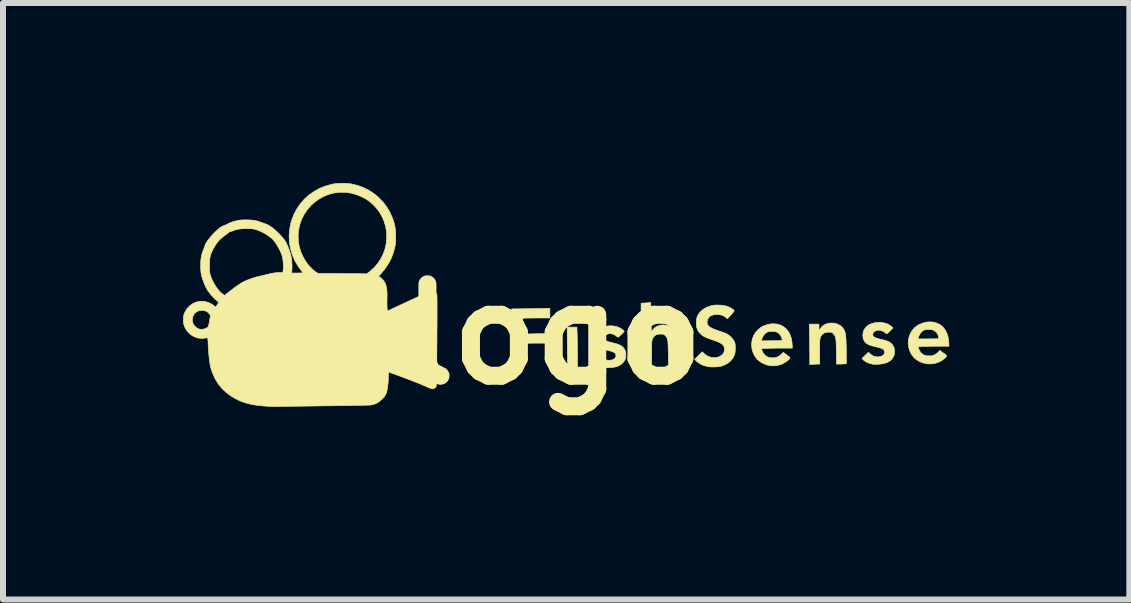
<source format=kicad_pcb>
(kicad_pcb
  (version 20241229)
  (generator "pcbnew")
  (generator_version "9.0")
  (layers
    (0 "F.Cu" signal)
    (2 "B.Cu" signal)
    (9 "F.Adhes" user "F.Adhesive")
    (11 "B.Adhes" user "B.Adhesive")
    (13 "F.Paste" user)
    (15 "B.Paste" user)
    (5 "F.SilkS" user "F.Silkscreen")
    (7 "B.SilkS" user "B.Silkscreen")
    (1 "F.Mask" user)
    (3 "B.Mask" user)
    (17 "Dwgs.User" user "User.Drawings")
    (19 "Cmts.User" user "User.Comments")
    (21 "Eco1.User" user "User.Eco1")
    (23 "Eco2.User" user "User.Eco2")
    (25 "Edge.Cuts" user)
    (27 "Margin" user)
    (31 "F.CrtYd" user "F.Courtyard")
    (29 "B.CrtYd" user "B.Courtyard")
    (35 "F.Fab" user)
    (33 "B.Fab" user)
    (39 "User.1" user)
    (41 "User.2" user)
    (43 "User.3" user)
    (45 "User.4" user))
  (footprint "logo"
    (layer "F.Cu")
    (at 6.177 2.522)
    (property "Reference" "logo" (at 0 0 0) (layer "F.SilkS") (effects (font (size 1.524 1.524) (thickness 0.3))))
    (attr through_hole)
    (fp_poly (pts (xy 0.34 -0.442) (xy 0.354 -0.436) (xy 0.361 -0.431) (xy 0.387 -0.41) (xy 0.402 -0.387) (xy 0.408 -0.36) (xy 0.408 -0.35) (xy 0.402 -0.314) (xy 0.387 -0.286) (xy 0.362 -0.265) (xy 0.327 -0.253) (xy 0.313 -0.25) (xy 0.282 -0.251) (xy 0.257 -0.259) (xy 0.227 -0.279) (xy 0.208 -0.305) (xy 0.199 -0.336) (xy 0.201 -0.368) (xy 0.209 -0.389) (xy 0.225 -0.414) (xy 0.245 -0.431) (xy 0.271 -0.44) (xy 0.298 -0.443) (xy 0.323 -0.444) (xy 0.34 -0.442)) (stroke (width 0.01) (type solid)) (fill yes) (layer "F.SilkS"))
    (fp_poly (pts (xy 0.39 -0.024) (xy 0.391 0.006) (xy 0.392 0.046) (xy 0.393 0.094) (xy 0.394 0.148) (xy 0.394 0.206) (xy 0.395 0.265) (xy 0.395 0.31) (xy 0.397 0.546) (xy 0.355 0.546) (xy 0.325 0.547) (xy 0.293 0.549) (xy 0.275 0.55) (xy 0.236 0.554) (xy 0.233 0.501) (xy 0.232 0.483) (xy 0.231 0.455) (xy 0.23 0.416) (xy 0.229 0.37) (xy 0.228 0.318) (xy 0.228 0.261) (xy 0.227 0.201) (xy 0.227 0.164) (xy 0.224 -0.121) (xy 0.386 -0.121) (xy 0.39 -0.024)) (stroke (width 0.01) (type solid)) (fill yes) (layer "F.SilkS"))
    (fp_poly (pts (xy -0.064 -0.273) (xy -0.287 -0.273) (xy -0.34 -0.273) (xy -0.388 -0.272) (xy -0.431 -0.272) (xy -0.467 -0.271) (xy -0.495 -0.27) (xy -0.513 -0.269) (xy -0.519 -0.268) (xy -0.522 -0.263) (xy -0.524 -0.253) (xy -0.525 -0.237) (xy -0.525 -0.211) (xy -0.524 -0.176) (xy -0.523 -0.134) (xy -0.519 -0.005) (xy -0.306 -0.01) (xy -0.248 -0.011) (xy -0.2 -0.012) (xy -0.163 -0.012) (xy -0.135 -0.012) (xy -0.115 -0.012) (xy -0.101 -0.01) (xy -0.093 -0.009) (xy -0.089 -0.006) (xy -0.088 -0.006) (xy -0.086 0.004) (xy -0.084 0.023) (xy -0.083 0.05) (xy -0.083 0.075) (xy -0.083 0.146) (xy -0.282 0.146) (xy -0.332 0.146) (xy -0.379 0.147) (xy -0.42 0.147) (xy -0.455 0.148) (xy -0.482 0.149) (xy -0.498 0.15) (xy -0.502 0.15) (xy -0.522 0.154) (xy -0.517 0.357) (xy -0.513 0.559) (xy -0.57 0.559) (xy -0.6 0.559) (xy -0.628 0.56) (xy -0.651 0.562) (xy -0.656 0.563) (xy -0.685 0.567) (xy -0.688 0.52) (xy -0.689 0.506) (xy -0.69 0.48) (xy -0.69 0.444) (xy -0.691 0.399) (xy -0.692 0.345) (xy -0.693 0.285) (xy -0.694 0.219) (xy -0.695 0.148) (xy -0.695 0.074) (xy -0.696 0.024) (xy -0.7 -0.425) (xy -0.602 -0.425) (xy -0.571 -0.426) (xy -0.53 -0.426) (xy -0.481 -0.427) (xy -0.427 -0.427) (xy -0.369 -0.428) (xy -0.312 -0.429) (xy -0.284 -0.43) (xy -0.064 -0.434) (xy -0.064 -0.273)) (stroke (width 0.01) (type solid)) (fill yes) (layer "F.SilkS"))
    (fp_poly (pts (xy 4.669 -0.187) (xy 4.723 -0.174) (xy 4.772 -0.149) (xy 4.773 -0.148) (xy 4.803 -0.124) (xy 4.827 -0.096) (xy 4.846 -0.06) (xy 4.852 -0.044) (xy 4.859 -0.021) (xy 4.864 0.012) (xy 4.869 0.056) (xy 4.872 0.111) (xy 4.874 0.178) (xy 4.876 0.256) (xy 4.876 0.34) (xy 4.877 0.487) (xy 4.853 0.491) (xy 4.836 0.493) (xy 4.81 0.494) (xy 4.781 0.495) (xy 4.771 0.495) (xy 4.713 0.495) (xy 4.71 0.291) (xy 4.709 0.227) (xy 4.707 0.174) (xy 4.706 0.132) (xy 4.703 0.097) (xy 4.7 0.07) (xy 4.695 0.049) (xy 4.689 0.032) (xy 4.682 0.017) (xy 4.672 0.004) (xy 4.661 -0.009) (xy 4.648 -0.022) (xy 4.637 -0.03) (xy 4.624 -0.034) (xy 4.605 -0.036) (xy 4.589 -0.037) (xy 4.545 -0.035) (xy 4.509 -0.024) (xy 4.48 -0.004) (xy 4.463 0.015) (xy 4.455 0.027) (xy 4.448 0.04) (xy 4.443 0.054) (xy 4.438 0.07) (xy 4.435 0.092) (xy 4.433 0.119) (xy 4.432 0.153) (xy 4.432 0.196) (xy 4.432 0.25) (xy 4.432 0.294) (xy 4.433 0.495) (xy 4.393 0.495) (xy 4.364 0.496) (xy 4.331 0.498) (xy 4.31 0.499) (xy 4.267 0.503) (xy 4.267 0.415) (xy 4.267 0.388) (xy 4.267 0.35) (xy 4.266 0.304) (xy 4.266 0.251) (xy 4.265 0.194) (xy 4.264 0.135) (xy 4.263 0.077) (xy 4.259 -0.171) (xy 4.42 -0.171) (xy 4.42 -0.061) (xy 4.438 -0.089) (xy 4.47 -0.13) (xy 4.509 -0.16) (xy 4.554 -0.179) (xy 4.607 -0.189) (xy 4.609 -0.189) (xy 4.669 -0.187)) (stroke (width 0.01) (type solid)) (fill yes) (layer "F.SilkS"))
    (fp_poly (pts (xy 3.729 -0.17) (xy 3.784 -0.153) (xy 3.834 -0.126) (xy 3.877 -0.089) (xy 3.913 -0.043) (xy 3.926 -0.022) (xy 3.946 0.025) (xy 3.961 0.073) (xy 3.97 0.127) (xy 3.973 0.166) (xy 3.977 0.229) (xy 3.828 0.229) (xy 3.778 0.229) (xy 3.723 0.229) (xy 3.669 0.23) (xy 3.618 0.231) (xy 3.576 0.233) (xy 3.571 0.233) (xy 3.463 0.237) (xy 3.467 0.257) (xy 3.484 0.301) (xy 3.511 0.339) (xy 3.546 0.367) (xy 3.561 0.375) (xy 3.581 0.383) (xy 3.602 0.388) (xy 3.629 0.39) (xy 3.645 0.39) (xy 3.674 0.39) (xy 3.695 0.387) (xy 3.714 0.382) (xy 3.734 0.373) (xy 3.735 0.373) (xy 3.76 0.358) (xy 3.785 0.339) (xy 3.798 0.327) (xy 3.825 0.299) (xy 3.873 0.335) (xy 3.902 0.356) (xy 3.922 0.371) (xy 3.934 0.383) (xy 3.937 0.392) (xy 3.934 0.401) (xy 3.924 0.412) (xy 3.909 0.427) (xy 3.907 0.428) (xy 3.861 0.465) (xy 3.807 0.494) (xy 3.747 0.513) (xy 3.684 0.523) (xy 3.62 0.523) (xy 3.607 0.521) (xy 3.546 0.508) (xy 3.489 0.485) (xy 3.438 0.455) (xy 3.394 0.419) (xy 3.386 0.41) (xy 3.348 0.358) (xy 3.321 0.302) (xy 3.304 0.243) (xy 3.298 0.184) (xy 3.301 0.124) (xy 3.304 0.108) (xy 3.46 0.108) (xy 3.634 0.106) (xy 3.807 0.105) (xy 3.805 0.083) (xy 3.795 0.044) (xy 3.775 0.009) (xy 3.747 -0.02) (xy 3.713 -0.04) (xy 3.709 -0.041) (xy 3.681 -0.047) (xy 3.647 -0.05) (xy 3.611 -0.05) (xy 3.579 -0.045) (xy 3.573 -0.044) (xy 3.542 -0.029) (xy 3.514 -0.004) (xy 3.49 0.029) (xy 3.472 0.067) (xy 3.465 0.091) (xy 3.46 0.108) (xy 3.304 0.108) (xy 3.314 0.066) (xy 3.336 0.011) (xy 3.368 -0.039) (xy 3.408 -0.083) (xy 3.457 -0.12) (xy 3.482 -0.134) (xy 3.546 -0.159) (xy 3.609 -0.174) (xy 3.671 -0.177) (xy 3.729 -0.17)) (stroke (width 0.01) (type solid)) (fill yes) (layer "F.SilkS"))
    (fp_poly (pts (xy 6.339 -0.202) (xy 6.394 -0.185) (xy 6.444 -0.158) (xy 6.487 -0.121) (xy 6.523 -0.075) (xy 6.535 -0.053) (xy 6.556 -0.007) (xy 6.571 0.041) (xy 6.58 0.095) (xy 6.583 0.134) (xy 6.587 0.197) (xy 6.438 0.197) (xy 6.387 0.197) (xy 6.333 0.198) (xy 6.278 0.198) (xy 6.228 0.2) (xy 6.186 0.201) (xy 6.181 0.201) (xy 6.072 0.205) (xy 6.077 0.225) (xy 6.094 0.27) (xy 6.12 0.307) (xy 6.156 0.336) (xy 6.171 0.344) (xy 6.191 0.351) (xy 6.212 0.356) (xy 6.239 0.358) (xy 6.255 0.358) (xy 6.284 0.358) (xy 6.305 0.356) (xy 6.324 0.35) (xy 6.344 0.342) (xy 6.345 0.341) (xy 6.37 0.326) (xy 6.395 0.307) (xy 6.408 0.296) (xy 6.435 0.268) (xy 6.483 0.303) (xy 6.512 0.324) (xy 6.532 0.339) (xy 6.543 0.351) (xy 6.547 0.36) (xy 6.544 0.369) (xy 6.534 0.38) (xy 6.518 0.395) (xy 6.517 0.397) (xy 6.471 0.433) (xy 6.416 0.462) (xy 6.357 0.482) (xy 6.294 0.492) (xy 6.23 0.491) (xy 6.216 0.489) (xy 6.156 0.476) (xy 6.099 0.454) (xy 6.047 0.424) (xy 6.004 0.387) (xy 5.996 0.378) (xy 5.958 0.326) (xy 5.931 0.27) (xy 5.914 0.212) (xy 5.907 0.152) (xy 5.911 0.092) (xy 5.914 0.076) (xy 6.07 0.076) (xy 6.243 0.075) (xy 6.417 0.073) (xy 6.415 0.051) (xy 6.405 0.012) (xy 6.385 -0.023) (xy 6.357 -0.052) (xy 6.323 -0.071) (xy 6.319 -0.073) (xy 6.291 -0.079) (xy 6.256 -0.082) (xy 6.22 -0.081) (xy 6.189 -0.077) (xy 6.183 -0.076) (xy 6.152 -0.061) (xy 6.124 -0.036) (xy 6.1 -0.003) (xy 6.081 0.035) (xy 6.074 0.059) (xy 6.07 0.076) (xy 5.914 0.076) (xy 5.924 0.034) (xy 5.946 -0.021) (xy 5.978 -0.071) (xy 6.018 -0.115) (xy 6.067 -0.152) (xy 6.092 -0.165) (xy 6.156 -0.191) (xy 6.219 -0.205) (xy 6.28 -0.209) (xy 6.339 -0.202)) (stroke (width 0.01) (type solid)) (fill yes) (layer "F.SilkS"))
    (fp_poly (pts (xy 1.621 -0.38) (xy 1.623 -0.331) (xy 1.624 -0.279) (xy 1.625 -0.228) (xy 1.625 -0.182) (xy 1.626 -0.144) (xy 1.626 -0.137) (xy 1.626 -0.043) (xy 1.644 -0.068) (xy 1.678 -0.106) (xy 1.717 -0.133) (xy 1.763 -0.15) (xy 1.81 -0.157) (xy 1.868 -0.155) (xy 1.923 -0.142) (xy 1.972 -0.117) (xy 1.973 -0.116) (xy 2.003 -0.093) (xy 2.026 -0.064) (xy 2.046 -0.028) (xy 2.052 -0.012) (xy 2.059 0.011) (xy 2.064 0.044) (xy 2.068 0.088) (xy 2.072 0.143) (xy 2.074 0.21) (xy 2.076 0.288) (xy 2.076 0.372) (xy 2.076 0.519) (xy 2.053 0.523) (xy 2.035 0.525) (xy 2.01 0.526) (xy 1.981 0.527) (xy 1.971 0.527) (xy 1.913 0.527) (xy 1.91 0.322) (xy 1.908 0.258) (xy 1.907 0.206) (xy 1.905 0.163) (xy 1.903 0.129) (xy 1.899 0.102) (xy 1.895 0.081) (xy 1.889 0.063) (xy 1.881 0.049) (xy 1.872 0.036) (xy 1.861 0.023) (xy 1.848 0.01) (xy 1.837 0.002) (xy 1.824 -0.002) (xy 1.805 -0.004) (xy 1.788 -0.005) (xy 1.744 -0.003) (xy 1.708 0.007) (xy 1.679 0.028) (xy 1.663 0.046) (xy 1.655 0.059) (xy 1.648 0.071) (xy 1.642 0.085) (xy 1.638 0.102) (xy 1.635 0.123) (xy 1.633 0.151) (xy 1.632 0.185) (xy 1.631 0.228) (xy 1.631 0.281) (xy 1.632 0.325) (xy 1.632 0.527) (xy 1.593 0.527) (xy 1.563 0.528) (xy 1.53 0.53) (xy 1.51 0.531) (xy 1.467 0.535) (xy 1.467 0.444) (xy 1.467 0.422) (xy 1.466 0.388) (xy 1.466 0.344) (xy 1.465 0.292) (xy 1.465 0.233) (xy 1.464 0.167) (xy 1.463 0.097) (xy 1.462 0.023) (xy 1.461 -0.053) (xy 1.46 -0.082) (xy 1.459 -0.155) (xy 1.458 -0.224) (xy 1.458 -0.289) (xy 1.457 -0.347) (xy 1.456 -0.399) (xy 1.456 -0.443) (xy 1.456 -0.477) (xy 1.456 -0.502) (xy 1.456 -0.516) (xy 1.456 -0.518) (xy 1.462 -0.519) (xy 1.479 -0.521) (xy 1.504 -0.522) (xy 1.534 -0.524) (xy 1.537 -0.524) (xy 1.617 -0.529) (xy 1.621 -0.38)) (stroke (width 0.01) (type solid)) (fill yes) (layer "F.SilkS"))
    (fp_poly (pts (xy 0.997 -0.14) (xy 1.056 -0.127) (xy 1.076 -0.12) (xy 1.096 -0.111) (xy 1.119 -0.098) (xy 1.141 -0.083) (xy 1.159 -0.069) (xy 1.171 -0.057) (xy 1.175 -0.051) (xy 1.17 -0.044) (xy 1.159 -0.031) (xy 1.143 -0.015) (xy 1.124 0.003) (xy 1.106 0.021) (xy 1.09 0.035) (xy 1.078 0.045) (xy 1.076 0.046) (xy 1.067 0.045) (xy 1.052 0.035) (xy 1.045 0.029) (xy 1.02 0.011) (xy 0.988 -0.003) (xy 0.956 -0.011) (xy 0.94 -0.013) (xy 0.908 -0.009) (xy 0.88 0.002) (xy 0.858 0.018) (xy 0.844 0.038) (xy 0.839 0.059) (xy 0.845 0.081) (xy 0.85 0.09) (xy 0.861 0.1) (xy 0.877 0.109) (xy 0.899 0.118) (xy 0.93 0.128) (xy 0.972 0.138) (xy 0.991 0.143) (xy 1.047 0.157) (xy 1.092 0.174) (xy 1.127 0.192) (xy 1.155 0.215) (xy 1.176 0.241) (xy 1.184 0.257) (xy 1.194 0.279) (xy 1.199 0.299) (xy 1.202 0.323) (xy 1.202 0.343) (xy 1.201 0.372) (xy 1.198 0.394) (xy 1.191 0.415) (xy 1.185 0.428) (xy 1.158 0.469) (xy 1.121 0.502) (xy 1.074 0.528) (xy 1.017 0.545) (xy 0.951 0.554) (xy 0.93 0.555) (xy 0.901 0.556) (xy 0.874 0.556) (xy 0.854 0.555) (xy 0.848 0.555) (xy 0.818 0.548) (xy 0.784 0.539) (xy 0.753 0.528) (xy 0.735 0.52) (xy 0.719 0.51) (xy 0.7 0.497) (xy 0.683 0.482) (xy 0.669 0.469) (xy 0.662 0.46) (xy 0.662 0.458) (xy 0.667 0.452) (xy 0.679 0.439) (xy 0.697 0.422) (xy 0.715 0.404) (xy 0.767 0.355) (xy 0.798 0.382) (xy 0.831 0.407) (xy 0.862 0.422) (xy 0.895 0.43) (xy 0.923 0.432) (xy 0.963 0.428) (xy 0.996 0.417) (xy 1.019 0.399) (xy 1.034 0.375) (xy 1.037 0.351) (xy 1.034 0.334) (xy 1.026 0.318) (xy 1.012 0.305) (xy 0.99 0.294) (xy 0.959 0.282) (xy 0.917 0.271) (xy 0.878 0.261) (xy 0.822 0.247) (xy 0.777 0.231) (xy 0.743 0.213) (xy 0.717 0.192) (xy 0.698 0.167) (xy 0.685 0.137) (xy 0.682 0.129) (xy 0.675 0.09) (xy 0.676 0.048) (xy 0.683 0.008) (xy 0.688 -0.006) (xy 0.703 -0.032) (xy 0.724 -0.059) (xy 0.749 -0.084) (xy 0.768 -0.098) (xy 0.818 -0.122) (xy 0.875 -0.137) (xy 0.935 -0.143) (xy 0.997 -0.14)) (stroke (width 0.01) (type solid)) (fill yes) (layer "F.SilkS"))
    (fp_poly (pts (xy 5.473 -0.197) (xy 5.533 -0.184) (xy 5.553 -0.177) (xy 5.573 -0.168) (xy 5.596 -0.155) (xy 5.618 -0.14) (xy 5.636 -0.126) (xy 5.648 -0.114) (xy 5.652 -0.108) (xy 5.647 -0.101) (xy 5.636 -0.089) (xy 5.62 -0.072) (xy 5.601 -0.054) (xy 5.583 -0.036) (xy 5.567 -0.022) (xy 5.555 -0.012) (xy 5.553 -0.011) (xy 5.543 -0.012) (xy 5.529 -0.023) (xy 5.522 -0.029) (xy 5.497 -0.046) (xy 5.465 -0.06) (xy 5.433 -0.069) (xy 5.417 -0.07) (xy 5.384 -0.066) (xy 5.357 -0.055) (xy 5.335 -0.039) (xy 5.321 -0.019) (xy 5.316 0.002) (xy 5.321 0.024) (xy 5.327 0.033) (xy 5.338 0.043) (xy 5.353 0.052) (xy 5.376 0.061) (xy 5.407 0.071) (xy 5.448 0.081) (xy 5.467 0.085) (xy 5.524 0.1) (xy 5.569 0.116) (xy 5.604 0.135) (xy 5.632 0.157) (xy 5.652 0.184) (xy 5.661 0.2) (xy 5.671 0.222) (xy 5.676 0.242) (xy 5.678 0.266) (xy 5.679 0.286) (xy 5.678 0.315) (xy 5.674 0.337) (xy 5.668 0.358) (xy 5.661 0.371) (xy 5.635 0.412) (xy 5.598 0.445) (xy 5.551 0.47) (xy 5.494 0.488) (xy 5.428 0.497) (xy 5.407 0.498) (xy 5.378 0.499) (xy 5.351 0.499) (xy 5.331 0.498) (xy 5.324 0.498) (xy 5.294 0.491) (xy 5.261 0.482) (xy 5.23 0.471) (xy 5.212 0.463) (xy 5.195 0.453) (xy 5.177 0.44) (xy 5.16 0.425) (xy 5.146 0.412) (xy 5.139 0.403) (xy 5.139 0.4) (xy 5.144 0.395) (xy 5.156 0.382) (xy 5.174 0.365) (xy 5.192 0.347) (xy 5.244 0.298) (xy 5.275 0.325) (xy 5.307 0.35) (xy 5.338 0.365) (xy 5.372 0.373) (xy 5.399 0.375) (xy 5.44 0.371) (xy 5.472 0.359) (xy 5.496 0.342) (xy 5.51 0.318) (xy 5.514 0.294) (xy 5.511 0.276) (xy 5.503 0.261) (xy 5.489 0.248) (xy 5.467 0.236) (xy 5.436 0.225) (xy 5.394 0.213) (xy 5.354 0.204) (xy 5.299 0.189) (xy 5.254 0.174) (xy 5.22 0.156) (xy 5.194 0.135) (xy 5.175 0.11) (xy 5.161 0.08) (xy 5.159 0.072) (xy 5.152 0.033) (xy 5.152 -0.009) (xy 5.16 -0.049) (xy 5.165 -0.064) (xy 5.18 -0.089) (xy 5.201 -0.116) (xy 5.226 -0.141) (xy 5.244 -0.155) (xy 5.295 -0.179) (xy 5.351 -0.194) (xy 5.412 -0.2) (xy 5.473 -0.197)) (stroke (width 0.01) (type solid)) (fill yes) (layer "F.SilkS"))
    (fp_poly (pts (xy 2.777 -0.487) (xy 2.823 -0.482) (xy 2.865 -0.474) (xy 2.888 -0.468) (xy 2.916 -0.457) (xy 2.945 -0.443) (xy 2.971 -0.428) (xy 2.992 -0.413) (xy 3.005 -0.401) (xy 3.008 -0.397) (xy 3.005 -0.388) (xy 2.994 -0.372) (xy 2.975 -0.349) (xy 2.952 -0.324) (xy 2.893 -0.261) (xy 2.87 -0.282) (xy 2.837 -0.305) (xy 2.798 -0.321) (xy 2.754 -0.33) (xy 2.71 -0.332) (xy 2.668 -0.327) (xy 2.63 -0.316) (xy 2.599 -0.297) (xy 2.595 -0.293) (xy 2.571 -0.263) (xy 2.558 -0.229) (xy 2.556 -0.193) (xy 2.559 -0.178) (xy 2.567 -0.158) (xy 2.58 -0.14) (xy 2.6 -0.123) (xy 2.627 -0.107) (xy 2.663 -0.09) (xy 2.709 -0.073) (xy 2.762 -0.054) (xy 2.798 -0.042) (xy 2.833 -0.029) (xy 2.863 -0.018) (xy 2.886 -0.008) (xy 2.891 -0.005) (xy 2.929 0.021) (xy 2.964 0.055) (xy 2.994 0.093) (xy 3.009 0.119) (xy 3.016 0.136) (xy 3.021 0.151) (xy 3.024 0.168) (xy 3.025 0.189) (xy 3.026 0.219) (xy 3.026 0.232) (xy 3.025 0.267) (xy 3.023 0.294) (xy 3.02 0.314) (xy 3.015 0.332) (xy 3.011 0.344) (xy 2.983 0.398) (xy 2.945 0.445) (xy 2.898 0.483) (xy 2.841 0.512) (xy 2.788 0.531) (xy 2.755 0.537) (xy 2.714 0.541) (xy 2.67 0.543) (xy 2.626 0.543) (xy 2.587 0.54) (xy 2.569 0.537) (xy 2.5 0.519) (xy 2.442 0.493) (xy 2.394 0.46) (xy 2.376 0.443) (xy 2.349 0.416) (xy 2.412 0.353) (xy 2.475 0.29) (xy 2.505 0.319) (xy 2.542 0.349) (xy 2.585 0.371) (xy 2.631 0.383) (xy 2.677 0.388) (xy 2.723 0.383) (xy 2.764 0.369) (xy 2.8 0.346) (xy 2.801 0.345) (xy 2.824 0.32) (xy 2.838 0.297) (xy 2.844 0.269) (xy 2.845 0.251) (xy 2.843 0.224) (xy 2.836 0.2) (xy 2.822 0.179) (xy 2.802 0.16) (xy 2.773 0.142) (xy 2.735 0.124) (xy 2.686 0.105) (xy 2.638 0.089) (xy 2.585 0.07) (xy 2.542 0.053) (xy 2.508 0.037) (xy 2.479 0.019) (xy 2.456 0.001) (xy 2.453 -0.002) (xy 2.42 -0.038) (xy 2.396 -0.076) (xy 2.382 -0.119) (xy 2.376 -0.168) (xy 2.376 -0.21) (xy 2.381 -0.258) (xy 2.392 -0.298) (xy 2.411 -0.334) (xy 2.439 -0.37) (xy 2.443 -0.375) (xy 2.486 -0.414) (xy 2.537 -0.446) (xy 2.596 -0.469) (xy 2.649 -0.483) (xy 2.685 -0.488) (xy 2.729 -0.489) (xy 2.777 -0.487)) (stroke (width 0.01) (type solid)) (fill yes) (layer "F.SilkS"))
    (fp_poly (pts (xy -3.455 -2.515) (xy -3.4 -2.511) (xy -3.365 -2.506) (xy -3.264 -2.481) (xy -3.166 -2.445) (xy -3.074 -2.398) (xy -2.989 -2.341) (xy -2.91 -2.275) (xy -2.84 -2.2) (xy -2.778 -2.118) (xy -2.726 -2.028) (xy -2.684 -1.932) (xy -2.68 -1.922) (xy -2.662 -1.863) (xy -2.648 -1.808) (xy -2.639 -1.753) (xy -2.634 -1.693) (xy -2.633 -1.629) (xy -2.633 -1.583) (xy -2.635 -1.546) (xy -2.637 -1.514) (xy -2.641 -1.486) (xy -2.647 -1.456) (xy -2.647 -1.456) (xy -2.674 -1.355) (xy -2.711 -1.259) (xy -2.759 -1.17) (xy -2.819 -1.084) (xy -2.874 -1.017) (xy -2.92 -0.967) (xy -2.898 -0.955) (xy -2.873 -0.937) (xy -2.847 -0.911) (xy -2.824 -0.879) (xy -2.81 -0.855) (xy -2.798 -0.824) (xy -2.789 -0.79) (xy -2.782 -0.751) (xy -2.778 -0.705) (xy -2.777 -0.65) (xy -2.778 -0.591) (xy -2.778 -0.55) (xy -2.779 -0.51) (xy -2.778 -0.474) (xy -2.777 -0.446) (xy -2.776 -0.428) (xy -2.772 -0.389) (xy -2.423 -0.551) (xy -2.349 -0.585) (xy -2.287 -0.614) (xy -2.234 -0.638) (xy -2.19 -0.658) (xy -2.153 -0.674) (xy -2.124 -0.687) (xy -2.1 -0.697) (xy -2.08 -0.705) (xy -2.065 -0.71) (xy -2.053 -0.713) (xy -2.043 -0.715) (xy -2.034 -0.716) (xy -2.034 -0.716) (xy -2.001 -0.716) (xy -1.978 -0.709) (xy -1.962 -0.693) (xy -1.951 -0.674) (xy -1.95 -0.67) (xy -1.948 -0.663) (xy -1.947 -0.654) (xy -1.946 -0.641) (xy -1.945 -0.624) (xy -1.945 -0.603) (xy -1.944 -0.576) (xy -1.944 -0.543) (xy -1.944 -0.503) (xy -1.944 -0.456) (xy -1.944 -0.4) (xy -1.944 -0.336) (xy -1.944 -0.262) (xy -1.944 -0.178) (xy -1.945 -0.083) (xy -1.946 0.024) (xy -1.946 0.098) (xy -1.947 0.216) (xy -1.948 0.322) (xy -1.948 0.416) (xy -1.949 0.499) (xy -1.95 0.572) (xy -1.95 0.635) (xy -1.951 0.689) (xy -1.952 0.735) (xy -1.953 0.773) (xy -1.954 0.803) (xy -1.955 0.827) (xy -1.956 0.845) (xy -1.957 0.858) (xy -1.958 0.866) (xy -1.959 0.868) (xy -1.973 0.888) (xy -1.995 0.902) (xy -2.02 0.908) (xy -2.021 0.908) (xy -2.035 0.905) (xy -2.059 0.897) (xy -2.093 0.884) (xy -2.133 0.866) (xy -2.18 0.845) (xy -2.185 0.843) (xy -2.199 0.836) (xy -2.223 0.827) (xy -2.255 0.814) (xy -2.294 0.799) (xy -2.338 0.782) (xy -2.385 0.763) (xy -2.435 0.744) (xy -2.486 0.725) (xy -2.536 0.706) (xy -2.584 0.688) (xy -2.629 0.672) (xy -2.669 0.657) (xy -2.702 0.645) (xy -2.728 0.636) (xy -2.744 0.63) (xy -2.75 0.629) (xy -2.752 0.635) (xy -2.754 0.652) (xy -2.755 0.679) (xy -2.756 0.713) (xy -2.756 0.749) (xy -2.758 0.783) (xy -2.76 0.812) (xy -2.762 0.833) (xy -2.763 0.834) (xy -2.767 0.859) (xy -2.771 0.891) (xy -2.774 0.916) (xy -2.783 0.962) (xy -2.8 1.002) (xy -2.825 1.041) (xy -2.856 1.075) (xy -2.906 1.119) (xy -2.958 1.151) (xy -3.012 1.171) (xy -3.064 1.179) (xy -3.083 1.179) (xy -3.111 1.18) (xy -3.149 1.181) (xy -3.197 1.182) (xy -3.255 1.183) (xy -3.323 1.184) (xy -3.402 1.186) (xy -3.492 1.187) (xy -3.594 1.188) (xy -3.706 1.19) (xy -3.83 1.191) (xy -3.966 1.193) (xy -4.114 1.195) (xy -4.275 1.197) (xy -4.289 1.197) (xy -4.349 1.198) (xy -4.405 1.198) (xy -4.456 1.199) (xy -4.501 1.2) (xy -4.539 1.201) (xy -4.567 1.202) (xy -4.585 1.202) (xy -4.591 1.202) (xy -4.604 1.203) (xy -4.628 1.203) (xy -4.659 1.202) (xy -4.696 1.201) (xy -4.731 1.2) (xy -4.839 1.193) (xy -4.936 1.183) (xy -5.024 1.169) (xy -5.105 1.15) (xy -5.179 1.127) (xy -5.249 1.099) (xy -5.316 1.065) (xy -5.382 1.025) (xy -5.385 1.023) (xy -5.462 0.965) (xy -5.532 0.897) (xy -5.592 0.821) (xy -5.644 0.737) (xy -5.685 0.647) (xy -5.716 0.553) (xy -5.724 0.515) (xy -5.73 0.481) (xy -5.736 0.438) (xy -5.742 0.386) (xy -5.747 0.33) (xy -5.752 0.271) (xy -5.756 0.212) (xy -5.759 0.159) (xy -5.76 0.117) (xy -5.763 0.087) (xy -5.765 0.067) (xy -5.768 0.057) (xy -5.77 0.055) (xy -5.78 0.057) (xy -5.798 0.06) (xy -5.822 0.064) (xy -5.823 0.064) (xy -5.881 0.067) (xy -5.938 0.058) (xy -5.993 0.038) (xy -6.043 0.009) (xy -6.087 -0.029) (xy -6.123 -0.075) (xy -6.151 -0.127) (xy -6.16 -0.154) (xy -6.167 -0.179) (xy -6.171 -0.203) (xy -6.172 -0.229) (xy -6.172 -0.232) (xy -6.022 -0.232) (xy -6.014 -0.192) (xy -5.996 -0.155) (xy -5.968 -0.124) (xy -5.932 -0.099) (xy -5.906 -0.088) (xy -5.881 -0.084) (xy -5.85 -0.086) (xy -5.819 -0.092) (xy -5.792 -0.101) (xy -5.79 -0.103) (xy -5.772 -0.115) (xy -5.759 -0.128) (xy -5.755 -0.133) (xy -5.752 -0.145) (xy -5.746 -0.167) (xy -5.74 -0.196) (xy -5.735 -0.228) (xy -5.734 -0.233) (xy -5.719 -0.317) (xy -5.737 -0.34) (xy -5.766 -0.37) (xy -5.8 -0.389) (xy -5.84 -0.398) (xy -5.849 -0.399) (xy -5.897 -0.397) (xy -5.938 -0.384) (xy -5.972 -0.36) (xy -5.999 -0.327) (xy -6.005 -0.316) (xy -6.019 -0.274) (xy -6.022 -0.232) (xy -6.172 -0.232) (xy -6.171 -0.26) (xy -6.169 -0.292) (xy -6.166 -0.315) (xy -6.16 -0.336) (xy -6.151 -0.359) (xy -6.145 -0.371) (xy -6.113 -0.425) (xy -6.072 -0.471) (xy -6.024 -0.507) (xy -5.97 -0.534) (xy -5.912 -0.549) (xy -5.864 -0.552) (xy -5.81 -0.547) (xy -5.757 -0.532) (xy -5.707 -0.51) (xy -5.665 -0.48) (xy -5.665 -0.479) (xy -5.65 -0.467) (xy -5.639 -0.459) (xy -5.635 -0.457) (xy -5.629 -0.462) (xy -5.619 -0.475) (xy -5.606 -0.494) (xy -5.605 -0.495) (xy -5.58 -0.534) (xy -5.608 -0.559) (xy -5.623 -0.572) (xy -5.635 -0.581) (xy -5.64 -0.584) (xy -5.646 -0.589) (xy -5.658 -0.601) (xy -5.675 -0.62) (xy -5.696 -0.644) (xy -5.707 -0.656) (xy -5.739 -0.695) (xy -5.764 -0.729) (xy -5.785 -0.763) (xy -5.804 -0.8) (xy -5.822 -0.843) (xy -5.835 -0.876) (xy -5.853 -0.927) (xy -5.866 -0.971) (xy -5.875 -1.012) (xy -5.88 -1.055) (xy -5.883 -1.103) (xy -5.883 -1.146) (xy -5.883 -1.149) (xy -5.737 -1.149) (xy -5.737 -1.108) (xy -5.736 -1.076) (xy -5.734 -1.05) (xy -5.731 -1.029) (xy -5.727 -1.007) (xy -5.723 -0.991) (xy -5.705 -0.939) (xy -5.681 -0.885) (xy -5.651 -0.831) (xy -5.618 -0.78) (xy -5.583 -0.734) (xy -5.547 -0.697) (xy -5.524 -0.678) (xy -5.485 -0.648) (xy -5.44 -0.685) (xy -5.418 -0.702) (xy -5.39 -0.724) (xy -5.357 -0.749) (xy -5.324 -0.774) (xy -5.309 -0.786) (xy -5.276 -0.809) (xy -5.242 -0.832) (xy -5.212 -0.852) (xy -5.186 -0.867) (xy -5.176 -0.873) (xy -5.124 -0.897) (xy -5.065 -0.92) (xy -5.004 -0.941) (xy -4.945 -0.959) (xy -4.902 -0.969) (xy -4.867 -0.977) (xy -4.831 -0.985) (xy -4.799 -0.993) (xy -4.782 -0.997) (xy -4.716 -1.013) (xy -4.657 -1.024) (xy -4.607 -1.03) (xy -4.567 -1.031) (xy -4.56 -1.031) (xy -4.537 -1.029) (xy -4.524 -1.029) (xy -4.517 -1.032) (xy -4.514 -1.039) (xy -4.513 -1.042) (xy -4.506 -1.085) (xy -4.504 -1.136) (xy -4.507 -1.191) (xy -4.513 -1.247) (xy -4.523 -1.301) (xy -4.524 -1.305) (xy -4.535 -1.337) (xy -4.551 -1.375) (xy -4.571 -1.416) (xy -4.594 -1.458) (xy -4.619 -1.499) (xy -4.644 -1.536) (xy -4.667 -1.568) (xy -4.689 -1.592) (xy -4.704 -1.605) (xy -4.717 -1.614) (xy -4.737 -1.628) (xy -4.759 -1.644) (xy -4.761 -1.646) (xy -4.8 -1.672) (xy -4.848 -1.698) (xy -4.898 -1.722) (xy -4.948 -1.741) (xy -4.969 -1.748) (xy -4.99 -1.753) (xy -5.01 -1.757) (xy -5.032 -1.76) (xy -5.059 -1.761) (xy -5.093 -1.762) (xy -5.124 -1.762) (xy -5.188 -1.76) (xy -5.242 -1.755) (xy -5.287 -1.746) (xy -5.326 -1.734) (xy -5.349 -1.724) (xy -5.368 -1.717) (xy -5.385 -1.714) (xy -5.402 -1.711) (xy -5.411 -1.703) (xy -5.421 -1.693) (xy -5.437 -1.68) (xy -5.451 -1.67) (xy -5.513 -1.625) (xy -5.565 -1.579) (xy -5.608 -1.529) (xy -5.647 -1.472) (xy -5.679 -1.414) (xy -5.7 -1.371) (xy -5.715 -1.332) (xy -5.725 -1.293) (xy -5.732 -1.253) (xy -5.736 -1.206) (xy -5.737 -1.15) (xy -5.737 -1.149) (xy -5.883 -1.149) (xy -5.882 -1.207) (xy -5.878 -1.259) (xy -5.87 -1.306) (xy -5.859 -1.35) (xy -5.843 -1.397) (xy -5.835 -1.416) (xy -5.825 -1.443) (xy -5.816 -1.464) (xy -5.811 -1.479) (xy -5.81 -1.484) (xy -5.806 -1.499) (xy -5.794 -1.521) (xy -5.776 -1.549) (xy -5.753 -1.58) (xy -5.727 -1.613) (xy -5.699 -1.647) (xy -5.671 -1.678) (xy -5.643 -1.706) (xy -5.619 -1.727) (xy -5.602 -1.742) (xy -5.589 -1.754) (xy -5.583 -1.76) (xy -5.583 -1.76) (xy -5.575 -1.768) (xy -5.56 -1.779) (xy -5.539 -1.791) (xy -5.517 -1.804) (xy -5.497 -1.814) (xy -5.482 -1.82) (xy -5.48 -1.82) (xy -5.459 -1.826) (xy -5.442 -1.835) (xy -5.418 -1.849) (xy -5.385 -1.863) (xy -5.346 -1.877) (xy -5.302 -1.889) (xy -5.288 -1.893) (xy -5.262 -1.899) (xy -5.236 -1.903) (xy -5.209 -1.906) (xy -5.176 -1.907) (xy -5.135 -1.908) (xy -5.128 -1.908) (xy -5.068 -1.907) (xy -5.017 -1.903) (xy -4.971 -1.896) (xy -4.926 -1.885) (xy -4.879 -1.869) (xy -4.855 -1.86) (xy -4.829 -1.85) (xy -4.806 -1.841) (xy -4.791 -1.836) (xy -4.785 -1.835) (xy -4.777 -1.832) (xy -4.761 -1.824) (xy -4.739 -1.811) (xy -4.729 -1.805) (xy -4.69 -1.778) (xy -4.647 -1.744) (xy -4.605 -1.705) (xy -4.563 -1.663) (xy -4.525 -1.621) (xy -4.493 -1.581) (xy -4.468 -1.545) (xy -4.459 -1.53) (xy -4.435 -1.477) (xy -4.412 -1.42) (xy -4.393 -1.362) (xy -4.378 -1.309) (xy -4.375 -1.293) (xy -4.368 -1.254) (xy -4.364 -1.209) (xy -4.361 -1.161) (xy -4.361 -1.115) (xy -4.362 -1.074) (xy -4.365 -1.049) (xy -4.37 -1.022) (xy -4.274 -1.022) (xy -4.241 -1.023) (xy -4.213 -1.023) (xy -4.192 -1.024) (xy -4.18 -1.025) (xy -4.178 -1.026) (xy -4.182 -1.032) (xy -4.192 -1.045) (xy -4.206 -1.062) (xy -4.206 -1.063) (xy -4.269 -1.15) (xy -4.32 -1.241) (xy -4.36 -1.337) (xy -4.388 -1.436) (xy -4.405 -1.537) (xy -4.409 -1.64) (xy -4.408 -1.655) (xy -4.259 -1.655) (xy -4.256 -1.565) (xy -4.243 -1.475) (xy -4.218 -1.387) (xy -4.182 -1.302) (xy -4.135 -1.22) (xy -4.097 -1.167) (xy -4.067 -1.133) (xy -4.034 -1.099) (xy -4.001 -1.068) (xy -3.97 -1.043) (xy -3.952 -1.031) (xy -3.926 -1.016) (xy -3.535 -1.014) (xy -3.466 -1.014) (xy -3.4 -1.013) (xy -3.34 -1.013) (xy -3.285 -1.012) (xy -3.237 -1.011) (xy -3.198 -1.011) (xy -3.168 -1.01) (xy -3.148 -1.009) (xy -3.14 -1.008) (xy -3.14 -1.008) (xy -3.13 -1.007) (xy -3.112 -1.014) (xy -3.087 -1.03) (xy -3.065 -1.047) (xy -2.993 -1.112) (xy -2.931 -1.184) (xy -2.88 -1.262) (xy -2.839 -1.344) (xy -2.809 -1.43) (xy -2.79 -1.52) (xy -2.782 -1.611) (xy -2.785 -1.703) (xy -2.8 -1.794) (xy -2.827 -1.885) (xy -2.854 -1.948) (xy -2.883 -2.003) (xy -2.914 -2.052) (xy -2.95 -2.098) (xy -2.987 -2.139) (xy -3.034 -2.185) (xy -3.079 -2.222) (xy -3.127 -2.255) (xy -3.181 -2.284) (xy -3.191 -2.289) (xy -3.282 -2.327) (xy -3.374 -2.353) (xy -3.467 -2.367) (xy -3.56 -2.368) (xy -3.651 -2.358) (xy -3.74 -2.336) (xy -3.827 -2.302) (xy -3.909 -2.257) (xy -3.987 -2.2) (xy -4.043 -2.15) (xy -4.106 -2.079) (xy -4.158 -2.001) (xy -4.2 -1.919) (xy -4.23 -1.834) (xy -4.25 -1.745) (xy -4.259 -1.655) (xy -4.408 -1.655) (xy -4.402 -1.743) (xy -4.383 -1.846) (xy -4.368 -1.898) (xy -4.33 -1.997) (xy -4.281 -2.09) (xy -4.223 -2.175) (xy -4.156 -2.252) (xy -4.08 -2.321) (xy -3.996 -2.38) (xy -3.905 -2.431) (xy -3.808 -2.47) (xy -3.704 -2.5) (xy -3.677 -2.506) (xy -3.629 -2.512) (xy -3.574 -2.516) (xy -3.514 -2.517) (xy -3.455 -2.515)) (stroke (width 0.01) (type solid)) (fill yes) (layer "F.SilkS")))
  (gr_rect
    (start -3 -3)
    (end 15.769 6.94)
    (stroke (width 0.1) (type default))
    (fill no)
    (layer "Edge.Cuts")))
</source>
